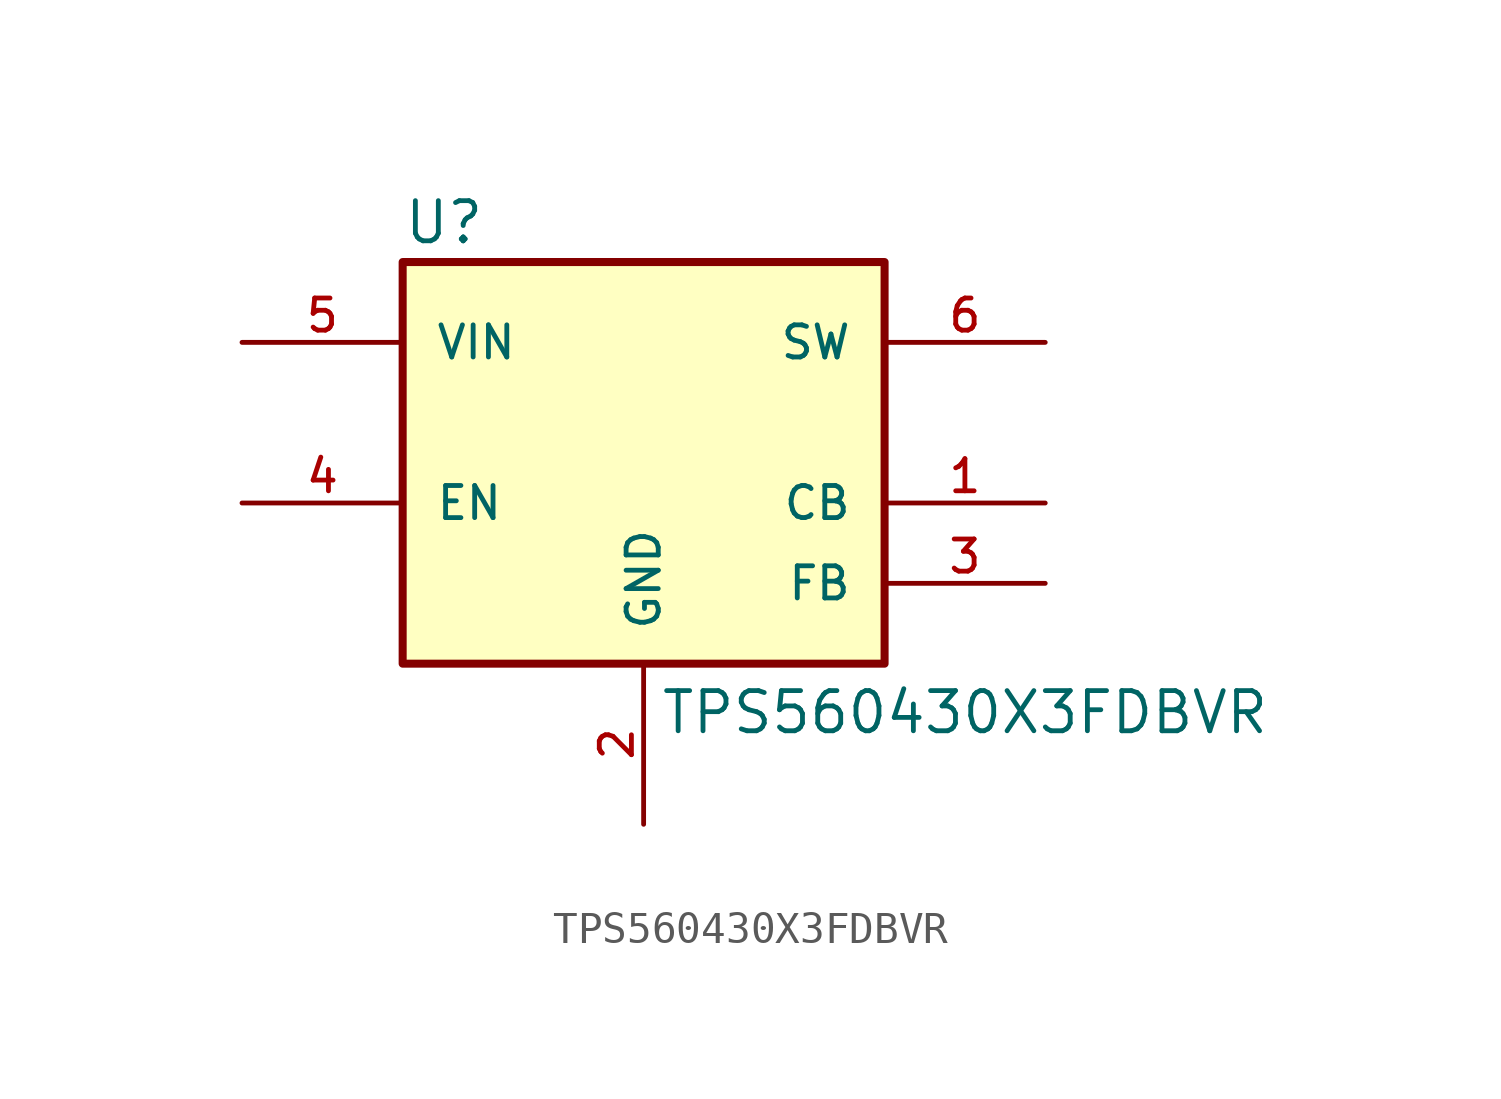
<source format=kicad_sym>
(kicad_symbol_lib
  (version 20231120)
  (generator "kicad_symbol_editor")
  (generator_version "8.0")
  (symbol "TPS560430X3FDBVR"
    (pin_names
      (offset 1.016))
    (property "Reference" "U"
      (at -7.62 6.858 0)
      (effects (font (size 1.27 1.27)) (justify left bottom)))
    (property "Value" "TPS560430X3FDBVR"
      (at 0.508 -8.636 0)
      (effects (font (size 1.27 1.27)) (justify left bottom)))
    (symbol "TPS560430X3FDBVR_0_0"
      (rectangle (start -7.62 6.35) (end 7.62 -6.35) (stroke (width 0.254) (type default)) (fill (type background)))
      (pin power_in line (at 0 -11.43 90) (length 5.08) (name "GND" (effects (font (size 1.016 1.016)))) (number "2" (effects (font (size 1.016 1.016)))))
      (pin input line (at 12.7 -3.81 180) (length 5.08) (name "FB" (effects (font (size 1.016 1.016)))) (number "3" (effects (font (size 1.016 1.016)))))
      (pin input line (at -12.7 -1.27 0) (length 5.08) (name "EN" (effects (font (size 1.016 1.016)))) (number "4" (effects (font (size 1.016 1.016)))))
      (pin input line (at -12.7 3.81 0) (length 5.08) (name "VIN" (effects (font (size 1.016 1.016)))) (number "5" (effects (font (size 1.016 1.016)))))
      (pin passive line (at 12.7 3.81 180) (length 5.08) (name "SW" (effects (font (size 1.016 1.016)))) (number "6" (effects (font (size 1.016 1.016))))))
    (symbol "TPS560430X3FDBVR_1_0"
      (pin passive line (at 12.7 -1.27 180) (length 5.08) (name "CB" (effects (font (size 1.016 1.016)))) (number "1" (effects (font (size 1.016 1.016))))))))
</source>
